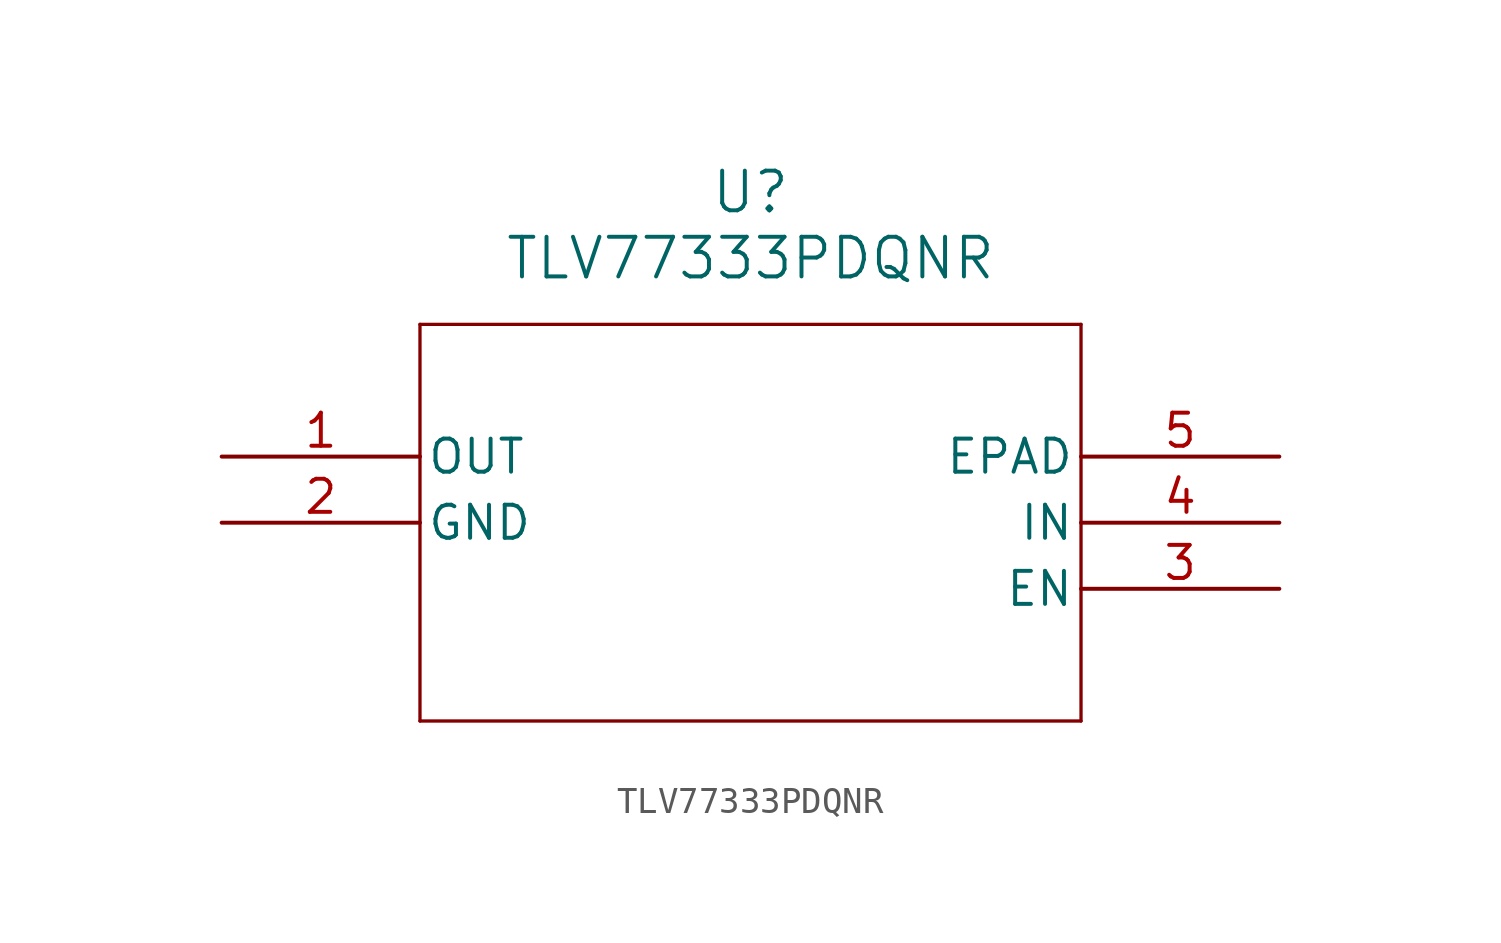
<source format=kicad_sym>
(kicad_symbol_lib
  (version 20211014)
  (generator kicad_symbol_editor)
  (symbol "TLV77333PDQNR"
    (pin_names
      (offset 0.254))
    (property "Reference" "U"
      (at 20.32 10.16 0)
      (effects (font (size 1.524 1.524))))
    (property "Value" "TLV77333PDQNR"
      (at 20.32 7.62 0)
      (effects (font (size 1.524 1.524))))
    (symbol "TLV77333PDQNR_0_1"
      (polyline (pts (xy 7.62 5.08) (xy 7.62 -10.16)) (stroke (width 0.127) (type default) (color 0 0 0 0)) (fill (type none)))
      (polyline (pts (xy 7.62 -10.16) (xy 33.02 -10.16)) (stroke (width 0.127) (type default) (color 0 0 0 0)) (fill (type none)))
      (polyline (pts (xy 33.02 -10.16) (xy 33.02 5.08)) (stroke (width 0.127) (type default) (color 0 0 0 0)) (fill (type none)))
      (polyline (pts (xy 33.02 5.08) (xy 7.62 5.08)) (stroke (width 0.127) (type default) (color 0 0 0 0)) (fill (type none)))
      (pin output line (at 0 0 0) (length 7.62) (name "OUT" (effects (font (size 1.27 1.27)))) (number "1" (effects (font (size 1.27 1.27)))))
      (pin power_out line (at 0 -2.54 0) (length 7.62) (name "GND" (effects (font (size 1.27 1.27)))) (number "2" (effects (font (size 1.27 1.27)))))
      (pin input line (at 40.64 -5.08 180) (length 7.62) (name "EN" (effects (font (size 1.27 1.27)))) (number "3" (effects (font (size 1.27 1.27)))))
      (pin input line (at 40.64 -2.54 180) (length 7.62) (name "IN" (effects (font (size 1.27 1.27)))) (number "4" (effects (font (size 1.27 1.27)))))
      (pin power_out line (at 40.64 0 180) (length 7.62) (name "EPAD" (effects (font (size 1.27 1.27)))) (number "5" (effects (font (size 1.27 1.27))))))))
</source>
